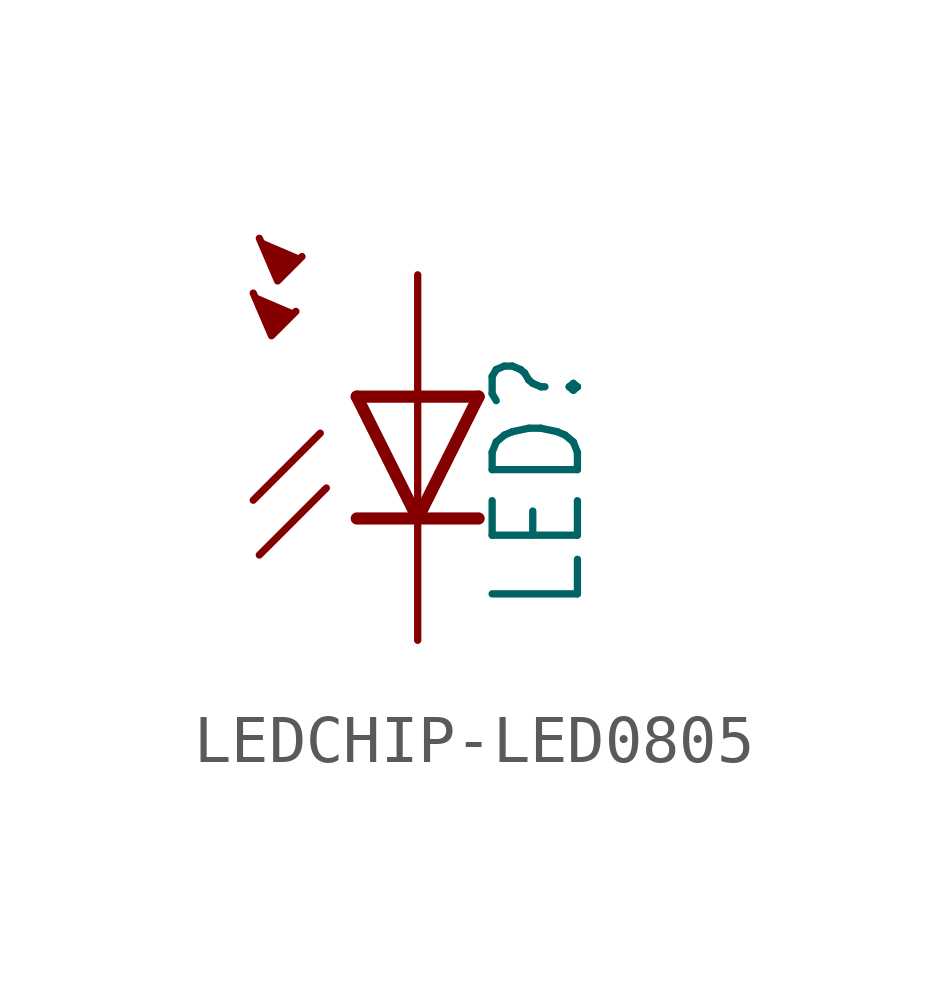
<source format=kicad_sym>
(kicad_symbol_lib
  (version 20241209)
  (generator "kicad_symbol_editor")
  (generator_version "9.0")
  (symbol "LEDCHIP-LED0805"
    (property "Reference" "LED"
      (at 3.556 -4.572 90)
      (effects (font (size 1.778 1.511)) (justify left bottom)))
    (property "Value" ""
      (at 5.715 -4.572 90)
      (effects (font (size 1.778 1.511)) (justify left bottom)))
    (property "ki_locked" ""
      (at 0 0 0)
      (effects (font (size 1.27 1.27))))
    (symbol "LEDCHIP-LED0805_1_0"
      (polyline (pts (xy -3.429 2.159) (xy -3.048 1.27) (xy -2.54 1.778)) (stroke (width 0.152) (type solid)) (fill (type outline)))
      (polyline (pts (xy -3.302 3.302) (xy -2.921 2.413) (xy -2.413 2.921)) (stroke (width 0.152) (type solid)) (fill (type outline)))
      (polyline (pts (xy -2.032 -0.762) (xy -3.429 -2.159)) (stroke (width 0.152) (type solid)) (fill (type none)))
      (polyline (pts (xy -1.905 -1.905) (xy -3.302 -3.302)) (stroke (width 0.152) (type solid)) (fill (type none)))
      (polyline (pts (xy 0 0) (xy -1.27 0)) (stroke (width 0.254) (type solid)) (fill (type none)))
      (polyline (pts (xy 0 0) (xy 0 -2.54)) (stroke (width 0.152) (type solid)) (fill (type none)))
      (polyline (pts (xy 0 -2.54) (xy -1.27 0)) (stroke (width 0.254) (type solid)) (fill (type none)))
      (polyline (pts (xy 0 -2.54) (xy -1.27 -2.54)) (stroke (width 0.254) (type solid)) (fill (type none)))
      (polyline (pts (xy 1.27 0) (xy 0 0)) (stroke (width 0.254) (type solid)) (fill (type none)))
      (polyline (pts (xy 1.27 0) (xy 0 -2.54)) (stroke (width 0.254) (type solid)) (fill (type none)))
      (polyline (pts (xy 1.27 -2.54) (xy 0 -2.54)) (stroke (width 0.254) (type solid)) (fill (type none)))
      (pin passive line (at 0 2.54 270) (length 2.54) (name "A" (effects (font (size 0 0)))) (number "A" (effects (font (size 0 0)))))
      (pin passive line (at 0 -5.08 90) (length 2.54) (name "C" (effects (font (size 0 0)))) (number "C" (effects (font (size 0 0))))))))
</source>
